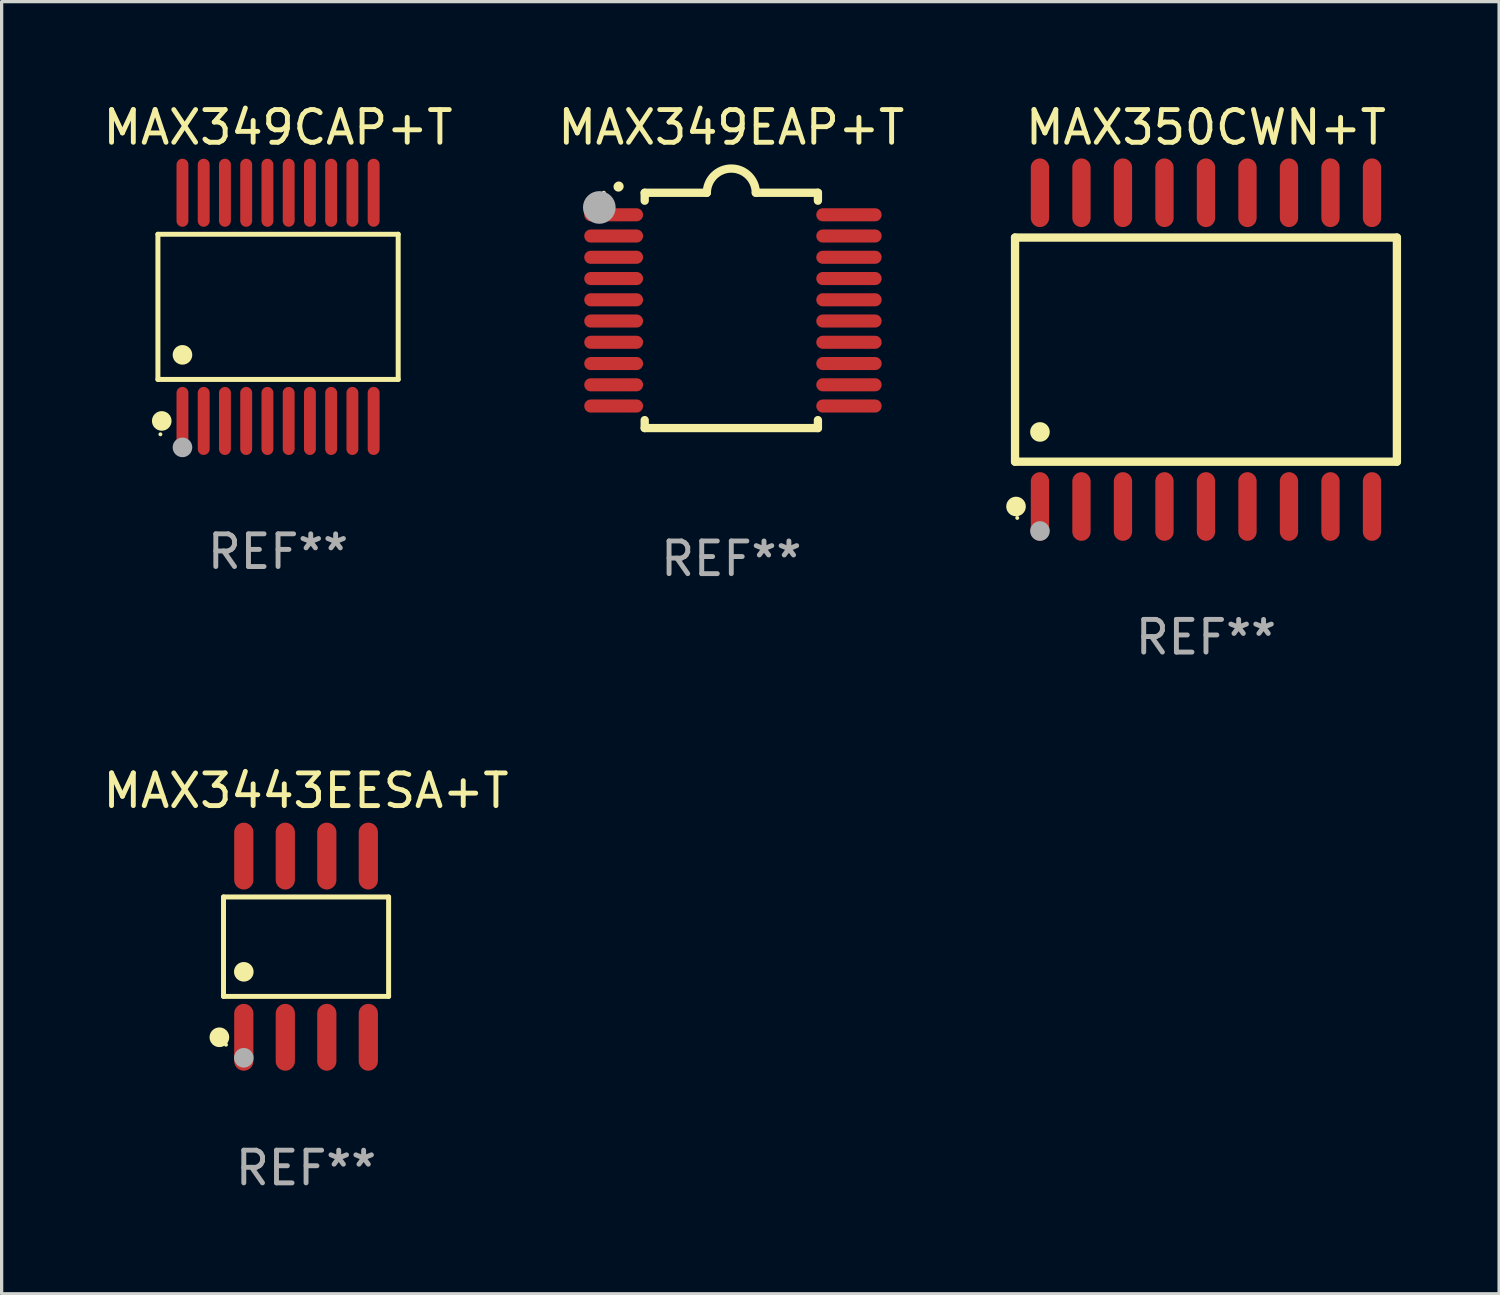
<source format=kicad_pcb>
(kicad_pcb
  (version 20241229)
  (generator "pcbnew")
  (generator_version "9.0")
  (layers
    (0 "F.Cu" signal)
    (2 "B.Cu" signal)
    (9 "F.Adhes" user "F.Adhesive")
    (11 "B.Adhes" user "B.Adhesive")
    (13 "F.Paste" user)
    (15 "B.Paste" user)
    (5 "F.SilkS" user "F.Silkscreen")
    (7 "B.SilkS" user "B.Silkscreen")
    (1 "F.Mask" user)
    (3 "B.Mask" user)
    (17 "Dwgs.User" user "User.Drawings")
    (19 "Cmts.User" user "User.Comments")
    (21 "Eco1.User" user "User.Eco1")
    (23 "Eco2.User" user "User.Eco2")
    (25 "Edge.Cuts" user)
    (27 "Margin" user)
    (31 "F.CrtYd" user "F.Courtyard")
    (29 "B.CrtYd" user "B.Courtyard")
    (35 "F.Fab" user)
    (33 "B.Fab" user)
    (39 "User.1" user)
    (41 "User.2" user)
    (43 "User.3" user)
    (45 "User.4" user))
  (footprint "MAX350CWN+T"
    (layer "F.Cu")
    (at 33.851 7.648)
    (property "Reference" "MAX350CWN+T" (at 0 -6.8 0) (layer "F.SilkS") (effects (font (size 1 1) (thickness 0.15))))
    (attr through_hole)
    (fp_line (start -5.842 -3.429) (end -5.842 3.429) (stroke (width 0.254) (type solid)) (layer "F.SilkS"))
    (fp_line (start -5.842 3.429) (end 5.842 3.429) (stroke (width 0.254) (type solid)) (layer "F.SilkS"))
    (fp_line (start 5.842 -3.429) (end -5.842 -3.429) (stroke (width 0.254) (type solid)) (layer "F.SilkS"))
    (fp_line (start 5.842 3.429) (end 5.842 -3.429) (stroke (width 0.254) (type solid)) (layer "F.SilkS"))
    (fp_circle (center -5.812 4.8) (end -5.662 4.8) (stroke (width 0.3) (type solid)) (fill no) (layer "F.SilkS"))
    (fp_circle (center -5.775 5.15) (end -5.745 5.15) (stroke (width 0.06) (type solid)) (fill no) (layer "F.SilkS"))
    (fp_circle (center -5.08 2.519) (end -4.93 2.519) (stroke (width 0.3) (type solid)) (fill no) (layer "F.SilkS"))
    (fp_circle (center -5.08 5.55) (end -4.93 5.55) (stroke (width 0.3) (type solid)) (fill no) (layer "F.Fab"))
    (fp_text user "REF**" (at 0 8.8 0) (layer "F.Fab") (effects (font (size 1 1) (thickness 0.15))))
    (pad "1" smd oval (at -5.08 4.8) (size 0.56 2.1) (layers "F.Cu" "F.Mask" "F.Paste"))
    (pad "2" smd oval (at -3.81 4.8) (size 0.56 2.1) (layers "F.Cu" "F.Mask" "F.Paste"))
    (pad "3" smd oval (at -2.54 4.8) (size 0.56 2.1) (layers "F.Cu" "F.Mask" "F.Paste"))
    (pad "4" smd oval (at -1.27 4.8) (size 0.56 2.1) (layers "F.Cu" "F.Mask" "F.Paste"))
    (pad "5" smd oval (at 0 4.8) (size 0.56 2.1) (layers "F.Cu" "F.Mask" "F.Paste"))
    (pad "6" smd oval (at 1.27 4.8) (size 0.56 2.1) (layers "F.Cu" "F.Mask" "F.Paste"))
    (pad "7" smd oval (at 2.54 4.8) (size 0.56 2.1) (layers "F.Cu" "F.Mask" "F.Paste"))
    (pad "8" smd oval (at 3.81 4.8) (size 0.56 2.1) (layers "F.Cu" "F.Mask" "F.Paste"))
    (pad "9" smd oval (at 5.08 4.8) (size 0.56 2.1) (layers "F.Cu" "F.Mask" "F.Paste"))
    (pad "10" smd oval (at 5.08 -4.8) (size 0.56 2.1) (layers "F.Cu" "F.Mask" "F.Paste"))
    (pad "11" smd oval (at 3.81 -4.8) (size 0.56 2.1) (layers "F.Cu" "F.Mask" "F.Paste"))
    (pad "12" smd oval (at 2.54 -4.8) (size 0.56 2.1) (layers "F.Cu" "F.Mask" "F.Paste"))
    (pad "13" smd oval (at 1.27 -4.8) (size 0.56 2.1) (layers "F.Cu" "F.Mask" "F.Paste"))
    (pad "14" smd oval (at 0 -4.8) (size 0.56 2.1) (layers "F.Cu" "F.Mask" "F.Paste"))
    (pad "15" smd oval (at -1.27 -4.8) (size 0.56 2.1) (layers "F.Cu" "F.Mask" "F.Paste"))
    (pad "16" smd oval (at -2.54 -4.8) (size 0.56 2.1) (layers "F.Cu" "F.Mask" "F.Paste"))
    (pad "17" smd oval (at -3.81 -4.8) (size 0.56 2.1) (layers "F.Cu" "F.Mask" "F.Paste"))
    (pad "18" smd oval (at -5.08 -4.8) (size 0.56 2.1) (layers "F.Cu" "F.Mask" "F.Paste")))
  (footprint "MAX349EAP+T"
    (layer "F.Cu")
    (at 19.327 6.448)
    (property "Reference" "MAX349EAP+T" (at 0 -5.6 0) (layer "F.SilkS") (effects (font (size 1 1) (thickness 0.15))))
    (attr through_hole)
    (fp_line (start -2.65 -3.6) (end -2.65 -3.357) (stroke (width 0.254) (type solid)) (layer "F.SilkS"))
    (fp_line (start -2.65 -3.6) (end -0.75 -3.6) (stroke (width 0.254) (type solid)) (layer "F.SilkS"))
    (fp_line (start -2.65 3.357) (end -2.65 3.6) (stroke (width 0.254) (type solid)) (layer "F.SilkS"))
    (fp_line (start 2.65 -3.6) (end 0.75 -3.6) (stroke (width 0.254) (type solid)) (layer "F.SilkS"))
    (fp_line (start 2.65 -3.6) (end 2.65 -3.357) (stroke (width 0.254) (type solid)) (layer "F.SilkS"))
    (fp_line (start 2.65 3.357) (end 2.65 3.6) (stroke (width 0.254) (type solid)) (layer "F.SilkS"))
    (fp_line (start 2.65 3.6) (end -2.65 3.6) (stroke (width 0.254) (type solid)) (layer "F.SilkS"))
    (fp_arc (start -3.454407 -3.784608) (mid -3.449499 -3.78986) (end -3.444247 -3.794768) (stroke (width 0.3) (type solid)) (layer "F.SilkS"))
    (fp_arc (start -0.749301 -3.599186) (mid -0.000051 -4.348844) (end 0.750013 -3.6) (stroke (width 0.254001) (type solid)) (layer "F.SilkS"))
    (fp_circle (center -3.9 -3.6) (end -3.87 -3.6) (stroke (width 0.06) (type solid)) (fill no) (layer "F.SilkS"))
    (fp_circle (center -4.039 -3.15) (end -3.789 -3.15) (stroke (width 0.5) (type solid)) (fill no) (layer "F.Fab"))
    (fp_text user "REF**" (at 0 7.6 0) (layer "F.Fab") (effects (font (size 1 1) (thickness 0.15))))
    (pad "1" smd oval (at -3.6 -2.926 90) (size 0.4 1.8) (layers "F.Cu" "F.Mask" "F.Paste"))
    (pad "2" smd oval (at -3.6 -2.276 90) (size 0.4 1.8) (layers "F.Cu" "F.Mask" "F.Paste"))
    (pad "3" smd oval (at -3.6 -1.626 90) (size 0.4 1.8) (layers "F.Cu" "F.Mask" "F.Paste"))
    (pad "4" smd oval (at -3.6 -0.975 90) (size 0.4 1.8) (layers "F.Cu" "F.Mask" "F.Paste"))
    (pad "5" smd oval (at -3.6 -0.325 90) (size 0.4 1.8) (layers "F.Cu" "F.Mask" "F.Paste"))
    (pad "6" smd oval (at -3.6 0.325 90) (size 0.4 1.8) (layers "F.Cu" "F.Mask" "F.Paste"))
    (pad "7" smd oval (at -3.6 0.975 90) (size 0.4 1.8) (layers "F.Cu" "F.Mask" "F.Paste"))
    (pad "8" smd oval (at -3.6 1.626 90) (size 0.4 1.8) (layers "F.Cu" "F.Mask" "F.Paste"))
    (pad "9" smd oval (at -3.6 2.276 90) (size 0.4 1.8) (layers "F.Cu" "F.Mask" "F.Paste"))
    (pad "10" smd oval (at -3.6 2.926 90) (size 0.4 1.8) (layers "F.Cu" "F.Mask" "F.Paste"))
    (pad "11" smd oval (at 3.6 2.926 90) (size 0.4 2) (layers "F.Cu" "F.Mask" "F.Paste"))
    (pad "12" smd oval (at 3.6 2.276 90) (size 0.4 2) (layers "F.Cu" "F.Mask" "F.Paste"))
    (pad "13" smd oval (at 3.6 1.626 90) (size 0.4 2) (layers "F.Cu" "F.Mask" "F.Paste"))
    (pad "14" smd oval (at 3.6 0.975 90) (size 0.4 2) (layers "F.Cu" "F.Mask" "F.Paste"))
    (pad "15" smd oval (at 3.6 0.325 90) (size 0.4 2) (layers "F.Cu" "F.Mask" "F.Paste"))
    (pad "16" smd oval (at 3.6 -0.325 90) (size 0.4 2) (layers "F.Cu" "F.Mask" "F.Paste"))
    (pad "17" smd oval (at 3.6 -0.975 90) (size 0.4 2) (layers "F.Cu" "F.Mask" "F.Paste"))
    (pad "18" smd oval (at 3.6 -1.626 90) (size 0.4 2) (layers "F.Cu" "F.Mask" "F.Paste"))
    (pad "19" smd oval (at 3.6 -2.276 90) (size 0.4 2) (layers "F.Cu" "F.Mask" "F.Paste"))
    (pad "20" smd oval (at 3.6 -2.926 90) (size 0.4 2) (layers "F.Cu" "F.Mask" "F.Paste")))
  (footprint "MAX349CAP+T"
    (layer "F.Cu")
    (at 5.458 6.339)
    (property "Reference" "MAX349CAP+T" (at 0 -5.491 0) (layer "F.SilkS") (effects (font (size 1 1) (thickness 0.15))))
    (attr through_hole)
    (fp_line (start -3.676 -2.221) (end 3.676 -2.221) (stroke (width 0.152) (type solid)) (layer "F.SilkS"))
    (fp_line (start -3.676 2.221) (end -3.676 -2.221) (stroke (width 0.152) (type solid)) (layer "F.SilkS"))
    (fp_line (start 3.676 -2.221) (end 3.676 2.221) (stroke (width 0.152) (type solid)) (layer "F.SilkS"))
    (fp_line (start 3.676 2.221) (end -3.676 2.221) (stroke (width 0.152) (type solid)) (layer "F.SilkS"))
    (fp_circle (center -3.6 3.9) (end -3.57 3.9) (stroke (width 0.06) (type solid)) (fill no) (layer "F.SilkS"))
    (fp_circle (center -3.559 3.491) (end -3.409 3.491) (stroke (width 0.3) (type solid)) (fill no) (layer "F.SilkS"))
    (fp_circle (center -2.925 1.469) (end -2.775 1.469) (stroke (width 0.3) (type solid)) (fill no) (layer "F.SilkS"))
    (fp_circle (center -2.925 4.3) (end -2.775 4.3) (stroke (width 0.3) (type solid)) (fill no) (layer "F.Fab"))
    (fp_text user "REF**" (at 0 7.491 0) (layer "F.Fab") (effects (font (size 1 1) (thickness 0.15))))
    (pad "1" smd oval (at -2.925 3.491) (size 0.364 2.082) (layers "F.Cu" "F.Mask" "F.Paste"))
    (pad "2" smd oval (at -2.275 3.491) (size 0.364 2.082) (layers "F.Cu" "F.Mask" "F.Paste"))
    (pad "3" smd oval (at -1.625 3.491) (size 0.364 2.082) (layers "F.Cu" "F.Mask" "F.Paste"))
    (pad "4" smd oval (at -0.975 3.491) (size 0.364 2.082) (layers "F.Cu" "F.Mask" "F.Paste"))
    (pad "5" smd oval (at -0.325 3.491) (size 0.364 2.082) (layers "F.Cu" "F.Mask" "F.Paste"))
    (pad "6" smd oval (at 0.325 3.491) (size 0.364 2.082) (layers "F.Cu" "F.Mask" "F.Paste"))
    (pad "7" smd oval (at 0.975 3.491) (size 0.364 2.082) (layers "F.Cu" "F.Mask" "F.Paste"))
    (pad "8" smd oval (at 1.625 3.491) (size 0.364 2.082) (layers "F.Cu" "F.Mask" "F.Paste"))
    (pad "9" smd oval (at 2.275 3.491) (size 0.364 2.082) (layers "F.Cu" "F.Mask" "F.Paste"))
    (pad "10" smd oval (at 2.925 3.491) (size 0.364 2.082) (layers "F.Cu" "F.Mask" "F.Paste"))
    (pad "11" smd oval (at 2.925 -3.491) (size 0.364 2.082) (layers "F.Cu" "F.Mask" "F.Paste"))
    (pad "12" smd oval (at 2.275 -3.491) (size 0.364 2.082) (layers "F.Cu" "F.Mask" "F.Paste"))
    (pad "13" smd oval (at 1.625 -3.491) (size 0.364 2.082) (layers "F.Cu" "F.Mask" "F.Paste"))
    (pad "14" smd oval (at 0.975 -3.491) (size 0.364 2.082) (layers "F.Cu" "F.Mask" "F.Paste"))
    (pad "15" smd oval (at 0.325 -3.491) (size 0.364 2.082) (layers "F.Cu" "F.Mask" "F.Paste"))
    (pad "16" smd oval (at -0.325 -3.491) (size 0.364 2.082) (layers "F.Cu" "F.Mask" "F.Paste"))
    (pad "17" smd oval (at -0.975 -3.491) (size 0.364 2.082) (layers "F.Cu" "F.Mask" "F.Paste"))
    (pad "18" smd oval (at -1.625 -3.491) (size 0.364 2.082) (layers "F.Cu" "F.Mask" "F.Paste"))
    (pad "19" smd oval (at -2.275 -3.491) (size 0.364 2.082) (layers "F.Cu" "F.Mask" "F.Paste"))
    (pad "20" smd oval (at -2.925 -3.491) (size 0.364 2.082) (layers "F.Cu" "F.Mask" "F.Paste")))
  (footprint "MAX3443EESA+T"
    (layer "F.Cu")
    (at 6.315 25.917)
    (property "Reference" "MAX3443EESA+T" (at 0 -4.772 0) (layer "F.SilkS") (effects (font (size 1 1) (thickness 0.15))))
    (attr through_hole)
    (fp_line (start -2.526 -1.521) (end 2.526 -1.521) (stroke (width 0.152) (type solid)) (layer "F.SilkS"))
    (fp_line (start -2.526 1.521) (end -2.526 -1.521) (stroke (width 0.152) (type solid)) (layer "F.SilkS"))
    (fp_line (start 2.526 -1.521) (end 2.526 1.521) (stroke (width 0.152) (type solid)) (layer "F.SilkS"))
    (fp_line (start 2.526 1.521) (end -2.526 1.521) (stroke (width 0.152) (type solid)) (layer "F.SilkS"))
    (fp_circle (center -2.652 2.772) (end -2.501 2.772) (stroke (width 0.3) (type solid)) (fill no) (layer "F.SilkS"))
    (fp_circle (center -2.45 3) (end -2.42 3) (stroke (width 0.06) (type solid)) (fill no) (layer "F.SilkS"))
    (fp_circle (center -1.905 0.769) (end -1.755 0.769) (stroke (width 0.3) (type solid)) (fill no) (layer "F.SilkS"))
    (fp_circle (center -1.905 3.4) (end -1.755 3.4) (stroke (width 0.3) (type solid)) (fill no) (layer "F.Fab"))
    (fp_text user "REF**" (at 0 6.772 0) (layer "F.Fab") (effects (font (size 1 1) (thickness 0.15))))
    (pad "1" smd oval (at -1.905 2.772) (size 0.588 2.045) (layers "F.Cu" "F.Mask" "F.Paste"))
    (pad "2" smd oval (at -0.635 2.772) (size 0.588 2.045) (layers "F.Cu" "F.Mask" "F.Paste"))
    (pad "3" smd oval (at 0.635 2.772) (size 0.588 2.045) (layers "F.Cu" "F.Mask" "F.Paste"))
    (pad "4" smd oval (at 1.905 2.772) (size 0.588 2.045) (layers "F.Cu" "F.Mask" "F.Paste"))
    (pad "5" smd oval (at 1.905 -2.772) (size 0.588 2.045) (layers "F.Cu" "F.Mask" "F.Paste"))
    (pad "6" smd oval (at 0.635 -2.772) (size 0.588 2.045) (layers "F.Cu" "F.Mask" "F.Paste"))
    (pad "7" smd oval (at -0.635 -2.772) (size 0.588 2.045) (layers "F.Cu" "F.Mask" "F.Paste"))
    (pad "8" smd oval (at -1.905 -2.772) (size 0.588 2.045) (layers "F.Cu" "F.Mask" "F.Paste")))
  (gr_rect
    (start -3 -3)
    (end 42.82 36.538)
    (stroke (width 0.1) (type default))
    (fill no)
    (layer "Edge.Cuts")))
</source>
